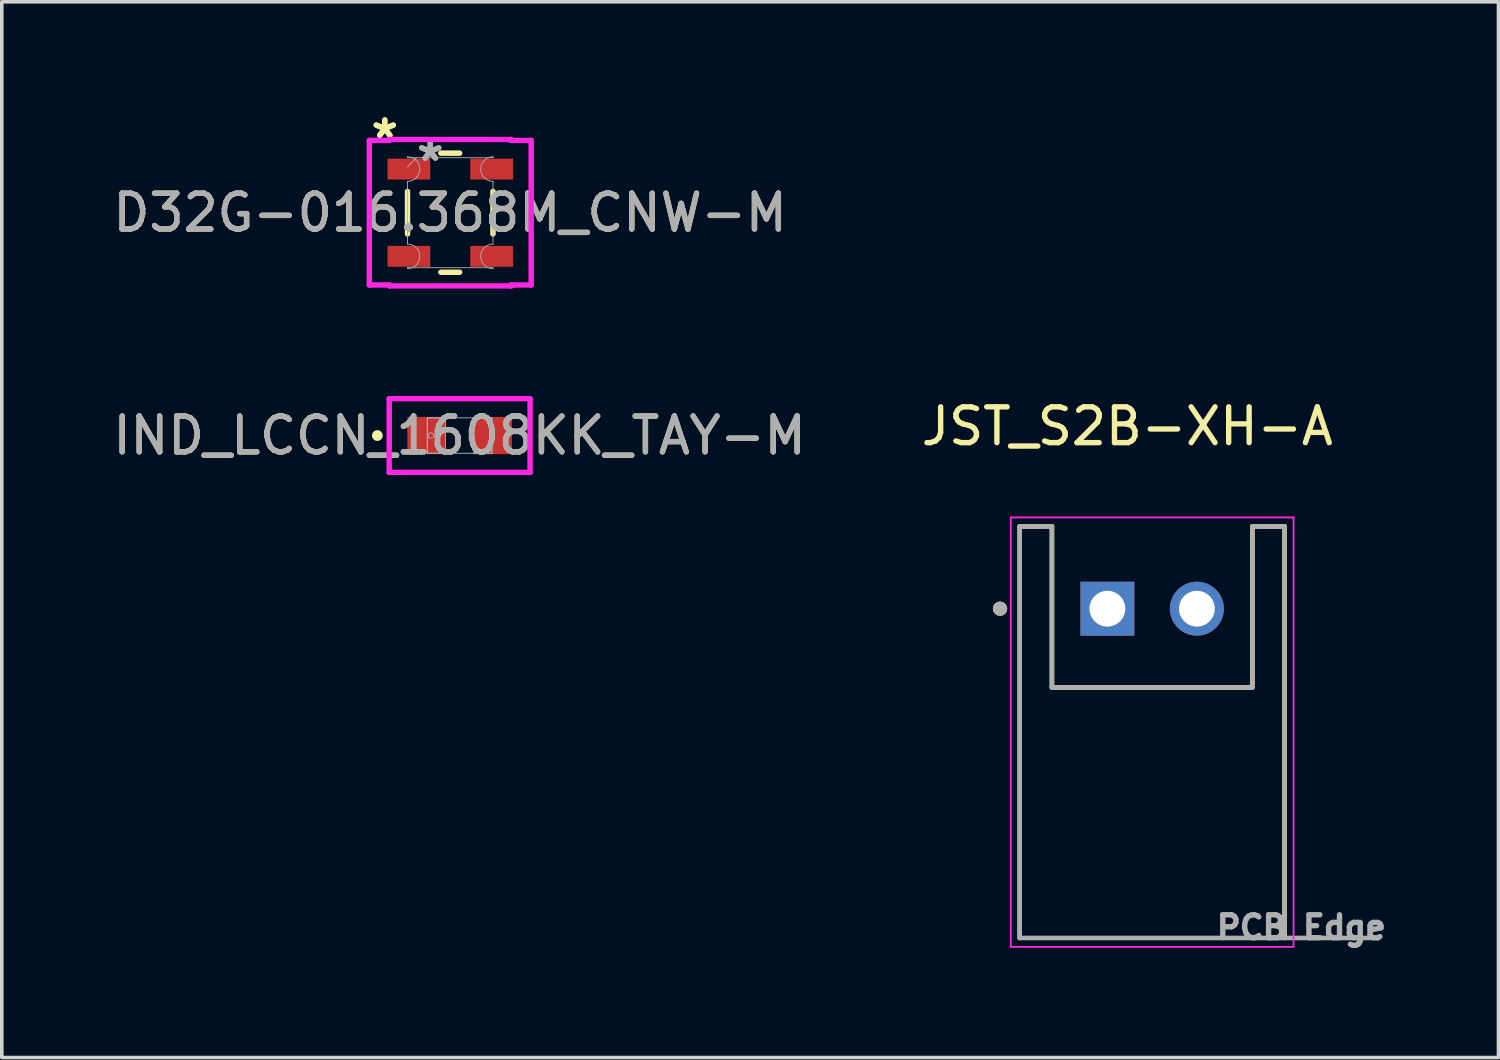
<source format=kicad_pcb>
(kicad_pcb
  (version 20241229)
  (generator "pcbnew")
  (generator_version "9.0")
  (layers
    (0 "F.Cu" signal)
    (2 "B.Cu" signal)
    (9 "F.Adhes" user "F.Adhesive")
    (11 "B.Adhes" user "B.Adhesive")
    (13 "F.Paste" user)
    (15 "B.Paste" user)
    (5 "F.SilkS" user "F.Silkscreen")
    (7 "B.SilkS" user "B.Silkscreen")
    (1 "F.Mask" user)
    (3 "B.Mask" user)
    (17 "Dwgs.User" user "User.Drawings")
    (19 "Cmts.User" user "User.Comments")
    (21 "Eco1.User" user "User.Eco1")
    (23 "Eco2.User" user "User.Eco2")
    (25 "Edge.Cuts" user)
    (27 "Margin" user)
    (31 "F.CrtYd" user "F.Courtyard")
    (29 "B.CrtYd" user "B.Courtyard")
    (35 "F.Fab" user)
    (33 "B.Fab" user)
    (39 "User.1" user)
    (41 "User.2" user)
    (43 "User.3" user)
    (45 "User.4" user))
  (footprint "JST_S2B-XH-A"
    (layer "F.Cu")
    (at 29.141 19.657)
    (property "Reference" "JST_S2B-XH-A" (at -0.695 -10.795 0) (layer "F.SilkS") (effects (font (size 1 1) (thickness 0.15))))
    (attr through_hole)
    (fp_line (start -3.7 -8) (end -3.7 3.5) (stroke (width 0.127) (type solid)) (layer "F.SilkS"))
    (fp_line (start -2.8 -8) (end -3.7 -8) (stroke (width 0.127) (type solid)) (layer "F.SilkS"))
    (fp_line (start -2.8 -3.5) (end -2.8 -8) (stroke (width 0.127) (type solid)) (layer "F.SilkS"))
    (fp_line (start 2.8 -8) (end 2.8 -3.5) (stroke (width 0.127) (type solid)) (layer "F.SilkS"))
    (fp_line (start 2.8 -3.5) (end -2.8 -3.5) (stroke (width 0.127) (type solid)) (layer "F.SilkS"))
    (fp_line (start 3.7 -8) (end 2.8 -8) (stroke (width 0.127) (type solid)) (layer "F.SilkS"))
    (fp_line (start 3.7 3.5) (end 3.7 -8) (stroke (width 0.127) (type solid)) (layer "F.SilkS"))
    (fp_circle (center -4.25 -5.7) (end -4.15 -5.7) (stroke (width 0.2) (type solid)) (fill no) (layer "F.SilkS"))
    (fp_line (start -3.95 -8.25) (end -3.95 3.75) (stroke (width 0.05) (type solid)) (layer "F.CrtYd"))
    (fp_line (start -3.95 3.75) (end 3.95 3.75) (stroke (width 0.05) (type solid)) (layer "F.CrtYd"))
    (fp_line (start 3.95 -8.25) (end -3.95 -8.25) (stroke (width 0.05) (type solid)) (layer "F.CrtYd"))
    (fp_line (start 3.95 3.75) (end 3.95 -8.25) (stroke (width 0.05) (type solid)) (layer "F.CrtYd"))
    (fp_line (start -3.7 -8) (end -3.7 3.5) (stroke (width 0.127) (type solid)) (layer "F.Fab"))
    (fp_line (start -3.7 3.5) (end 3.7 3.5) (stroke (width 0.127) (type solid)) (layer "F.Fab"))
    (fp_line (start -2.8 -8) (end -3.7 -8) (stroke (width 0.127) (type solid)) (layer "F.Fab"))
    (fp_line (start -2.8 -3.5) (end -2.8 -8) (stroke (width 0.127) (type solid)) (layer "F.Fab"))
    (fp_line (start 2.8 -8) (end 2.8 -3.5) (stroke (width 0.127) (type solid)) (layer "F.Fab"))
    (fp_line (start 2.8 -3.5) (end -2.8 -3.5) (stroke (width 0.127) (type solid)) (layer "F.Fab"))
    (fp_line (start 3.7 -8) (end 2.8 -8) (stroke (width 0.127) (type solid)) (layer "F.Fab"))
    (fp_line (start 3.7 3.5) (end 3.7 -8) (stroke (width 0.127) (type solid)) (layer "F.Fab"))
    (fp_line (start 3.7 3.5) (end 6.32 3.5) (stroke (width 0.127) (type solid)) (layer "F.Fab"))
    (fp_circle (center -4.25 -5.7) (end -4.15 -5.7) (stroke (width 0.2) (type solid)) (fill no) (layer "F.Fab"))
    (fp_text user "PCB Edge" (at 4.168 3.203 0) (layer "F.Fab") (effects (font (size 0.64 0.64) (thickness 0.15))))
    (pad "1" thru_hole rect (at -1.25 -5.7) (size 1.508 1.508) (drill 1) (layers "*.Cu" "*.Mask"))
    (pad "2" thru_hole circle (at 1.25 -5.7) (size 1.508 1.508) (drill 1) (layers "*.Cu" "*.Mask")))
  (footprint "IND_LCCN_1608KK_TAY-M"
    (layer "F.Cu")
    (at 9.792 9.119)
    (property "Reference" "IND_LCCN_1608KK_TAY-M" (at 0 0 0) (unlocked yes) (layer "F.SilkS") (effects (font (size 1 1) (thickness 0.15))))
    (attr smd)
    (fp_circle (center -2.299 0) (end -2.223 0) (stroke (width 0.152) (type solid)) (fill no) (layer "F.SilkS"))
    (fp_line (start -1.968 -1.029) (end 1.968 -1.029) (stroke (width 0.152) (type solid)) (layer "F.CrtYd"))
    (fp_line (start -1.968 1.029) (end -1.968 -1.029) (stroke (width 0.152) (type solid)) (layer "F.CrtYd"))
    (fp_line (start 1.968 -1.029) (end 1.968 1.029) (stroke (width 0.152) (type solid)) (layer "F.CrtYd"))
    (fp_line (start 1.968 1.029) (end -1.968 1.029) (stroke (width 0.152) (type solid)) (layer "F.CrtYd"))
    (fp_line (start -0.902 -0.495) (end -0.902 0.495) (stroke (width 0.025) (type solid)) (layer "F.Fab"))
    (fp_line (start -0.902 -0.495) (end -0.902 0.495) (stroke (width 0.025) (type solid)) (layer "F.Fab"))
    (fp_line (start -0.902 0.495) (end -0.394 0.495) (stroke (width 0.025) (type solid)) (layer "F.Fab"))
    (fp_line (start -0.902 0.495) (end 0.902 0.495) (stroke (width 0.025) (type solid)) (layer "F.Fab"))
    (fp_line (start -0.394 -0.495) (end -0.902 -0.495) (stroke (width 0.025) (type solid)) (layer "F.Fab"))
    (fp_line (start -0.394 0.495) (end -0.394 -0.495) (stroke (width 0.025) (type solid)) (layer "F.Fab"))
    (fp_line (start 0.394 -0.495) (end 0.394 0.495) (stroke (width 0.025) (type solid)) (layer "F.Fab"))
    (fp_line (start 0.394 0.495) (end 0.902 0.495) (stroke (width 0.025) (type solid)) (layer "F.Fab"))
    (fp_line (start 0.902 -0.495) (end -0.902 -0.495) (stroke (width 0.025) (type solid)) (layer "F.Fab"))
    (fp_line (start 0.902 -0.495) (end 0.394 -0.495) (stroke (width 0.025) (type solid)) (layer "F.Fab"))
    (fp_line (start 0.902 0.495) (end 0.902 -0.495) (stroke (width 0.025) (type solid)) (layer "F.Fab"))
    (fp_line (start 0.902 0.495) (end 0.902 -0.495) (stroke (width 0.025) (type solid)) (layer "F.Fab"))
    (fp_circle (center -0.8 0) (end -0.724 0) (stroke (width 0.025) (type solid)) (fill no) (layer "F.Fab"))
    (fp_text user "${REFERENCE}" (at 0 0 0) (unlocked yes) (layer "F.Fab") (effects (font (size 1 1) (thickness 0.15))))
    (pad "1" smd rect (at -0.927 0) (size 1.067 1.041) (layers "F.Cu" "F.Mask" "F.Paste"))
    (pad "2" smd rect (at 0.927 0) (size 1.067 1.041) (layers "F.Cu" "F.Mask" "F.Paste"))
    (zone (net_name "") (layer "F.Cu") (hatch full 0.508) (connect_pads) (min_thickness 0.254) (filled_areas_thickness no) (keepout (tracks not_allowed) (vias not_allowed) (pads allowed) (copperpour not_allowed) (footprints allowed)) (placement (enabled no)) (fill) (polygon (pts (xy 9.449 8.674) (xy 10.135 8.674) (xy 10.135 9.563) (xy 9.449 9.563)))))
  (footprint "D32G-016.368M_CNW-M"
    (layer "F.Cu")
    (at 9.53 2.893)
    (property "Reference" "D32G-016.368M_CNW-M" (at 0 0 0) (unlocked yes) (layer "F.SilkS") (effects (font (size 1 1) (thickness 0.15))))
    (attr smd)
    (fp_line (start -1.194 -0.594) (end -1.194 0.594) (stroke (width 0.152) (type solid)) (layer "F.SilkS"))
    (fp_line (start -0.263 -1.664) (end 0.263 -1.664) (stroke (width 0.152) (type solid)) (layer "F.SilkS"))
    (fp_line (start -0.263 1.664) (end 0.263 1.664) (stroke (width 0.152) (type solid)) (layer "F.SilkS"))
    (fp_line (start 1.194 -0.594) (end 1.194 0.594) (stroke (width 0.152) (type solid)) (layer "F.SilkS"))
    (fp_line (start -2.261 -2.019) (end -1.702 -2.019) (stroke (width 0.152) (type solid)) (layer "F.CrtYd"))
    (fp_line (start -2.261 2.019) (end -2.261 -2.019) (stroke (width 0.152) (type solid)) (layer "F.CrtYd"))
    (fp_line (start -2.261 2.019) (end -1.702 2.019) (stroke (width 0.152) (type solid)) (layer "F.CrtYd"))
    (fp_line (start -1.702 -2.045) (end 1.702 -2.045) (stroke (width 0.152) (type solid)) (layer "F.CrtYd"))
    (fp_line (start -1.702 -2.019) (end -1.702 -2.045) (stroke (width 0.152) (type solid)) (layer "F.CrtYd"))
    (fp_line (start -1.702 2.045) (end -1.702 2.019) (stroke (width 0.152) (type solid)) (layer "F.CrtYd"))
    (fp_line (start 1.702 -2.045) (end 1.702 -2.019) (stroke (width 0.152) (type solid)) (layer "F.CrtYd"))
    (fp_line (start 1.702 2.019) (end 1.702 2.045) (stroke (width 0.152) (type solid)) (layer "F.CrtYd"))
    (fp_line (start 1.702 2.045) (end -1.702 2.045) (stroke (width 0.152) (type solid)) (layer "F.CrtYd"))
    (fp_line (start 2.261 -2.019) (end 1.702 -2.019) (stroke (width 0.152) (type solid)) (layer "F.CrtYd"))
    (fp_line (start 2.261 -2.019) (end 2.261 2.019) (stroke (width 0.152) (type solid)) (layer "F.CrtYd"))
    (fp_line (start 2.261 2.019) (end 1.702 2.019) (stroke (width 0.152) (type solid)) (layer "F.CrtYd"))
    (fp_line (start -1.194 -1.562) (end -1.194 -1.537) (stroke (width 0.025) (type solid)) (layer "F.Fab"))
    (fp_line (start -1.194 -1.537) (end 1.194 -1.537) (stroke (width 0.025) (type solid)) (layer "F.Fab"))
    (fp_line (start -1.194 -0.876) (end -1.194 0.876) (stroke (width 0.025) (type solid)) (layer "F.Fab"))
    (fp_line (start -1.194 1.537) (end 1.194 1.537) (stroke (width 0.025) (type solid)) (layer "F.Fab"))
    (fp_line (start -1.194 1.562) (end -1.194 1.537) (stroke (width 0.025) (type solid)) (layer "F.Fab"))
    (fp_line (start -0.94 -1.537) (end -1.194 -1.283) (stroke (width 0.025) (type solid)) (layer "F.Fab"))
    (fp_line (start 1.194 -1.562) (end 1.194 -1.537) (stroke (width 0.025) (type solid)) (layer "F.Fab"))
    (fp_line (start 1.194 -0.876) (end 1.194 0.876) (stroke (width 0.025) (type solid)) (layer "F.Fab"))
    (fp_line (start 1.194 1.562) (end 1.194 1.537) (stroke (width 0.025) (type solid)) (layer "F.Fab"))
    (fp_arc (start -1.1938 -1.5621) (mid -0.8509 -1.2192) (end -1.1938 -0.8763) (stroke (width 0.0254) (type solid)) (layer "F.Fab"))
    (fp_arc (start -1.1938 0.8763) (mid -0.8509 1.2192) (end -1.1938 1.5621) (stroke (width 0.0254) (type solid)) (layer "F.Fab"))
    (fp_arc (start 1.1938 -0.8763) (mid 0.8509 -1.2192) (end 1.1938 -1.5621) (stroke (width 0.0254) (type solid)) (layer "F.Fab"))
    (fp_arc (start 1.1938 1.5621) (mid 0.8509 1.2192) (end 1.1938 0.8763) (stroke (width 0.0254) (type solid)) (layer "F.Fab"))
    (fp_text user "*" (at -1.829 -2.045 0) (layer "F.SilkS") (effects (font (size 1 1) (thickness 0.15))))
    (fp_text user "*" (at -1.829 -2.045 0) (unlocked yes) (layer "F.SilkS") (effects (font (size 1 1) (thickness 0.15))))
    (fp_text user "*" (at -0.559 -1.41 0) (unlocked yes) (layer "F.Fab") (effects (font (size 1 1) (thickness 0.15))))
    (fp_text user "*" (at -0.559 -1.41 0) (layer "F.Fab") (effects (font (size 1 1) (thickness 0.15))))
    (fp_text user "${REFERENCE}" (at 0 0 0) (unlocked yes) (layer "F.Fab") (effects (font (size 1 1) (thickness 0.15))))
    (pad "1" smd rect (at -1.156 -1.219) (size 1.194 0.584) (layers "F.Cu" "F.Mask" "F.Paste"))
    (pad "2" smd rect (at -1.156 1.219) (size 1.194 0.584) (layers "F.Cu" "F.Mask" "F.Paste"))
    (pad "3" smd rect (at 1.156 1.219) (size 1.194 0.584) (layers "F.Cu" "F.Mask" "F.Paste"))
    (pad "4" smd rect (at 1.156 -1.219) (size 1.194 0.584) (layers "F.Cu" "F.Mask" "F.Paste")))
  (gr_rect
    (start -3 -3)
    (end 38.817 26.497)
    (stroke (width 0.1) (type default))
    (fill no)
    (layer "Edge.Cuts")))
</source>
